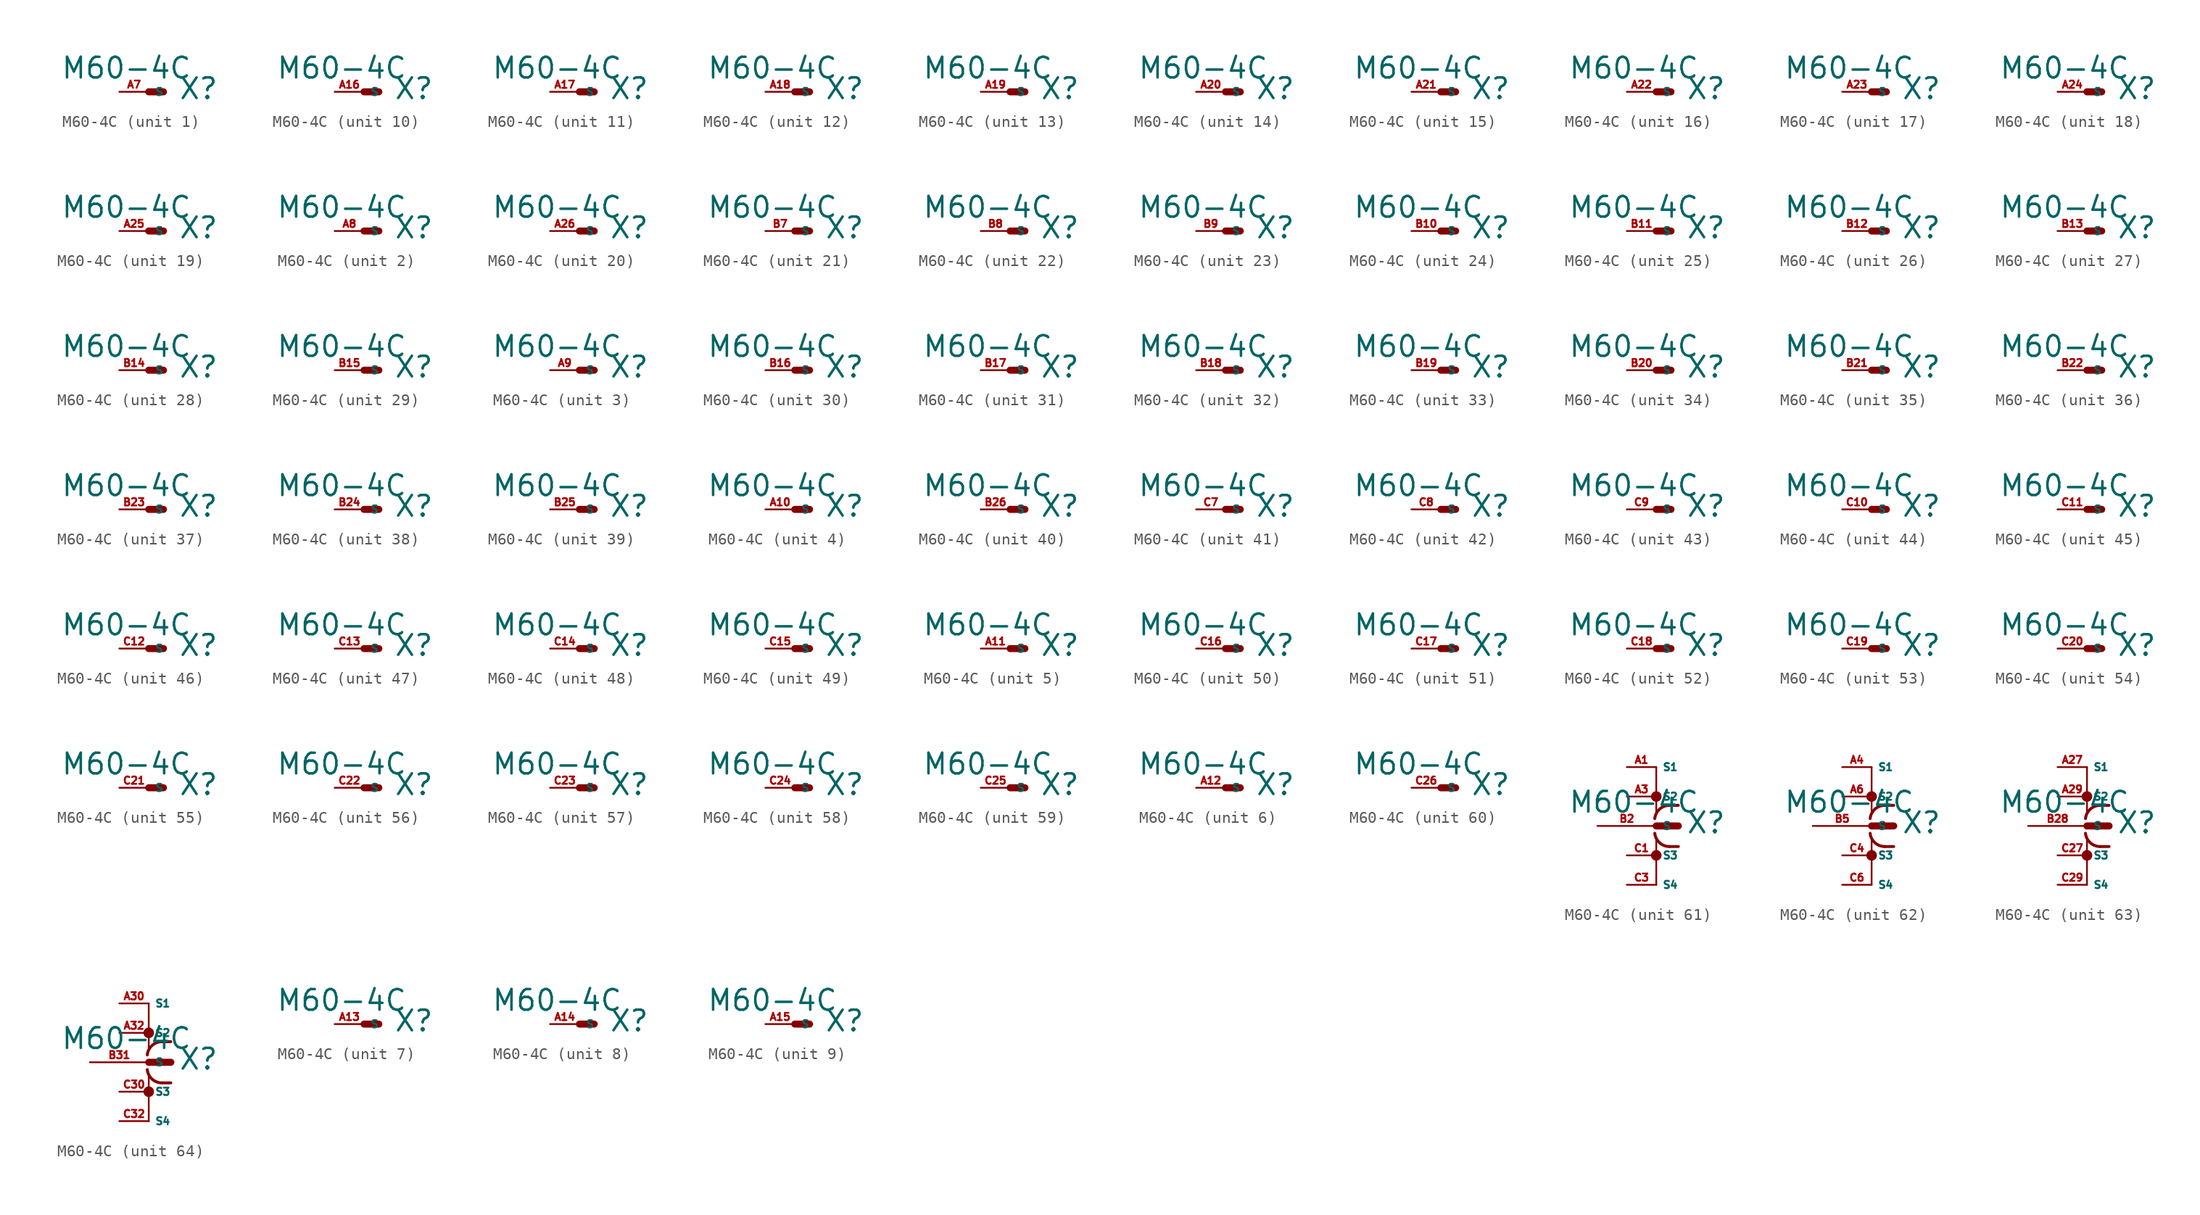
<source format=kicad_sym>
(kicad_symbol_lib
  (version 20220914)
  (generator Eagle2Kicad)
  (symbol "M60-4C"
    (property "Reference" "X"
      (at 2.54 -0.762 0)
      (effects (font (size 1.778 1.778) (thickness 0.22)) (justify left bottom)))
    (property "Value" "M60-4C"
      (at -7.62 1.016 0)
      (effects (font (size 1.778 1.778) (thickness 0.22)) (justify left bottom)))
    (symbol "M60-4C_1_0"
      (polyline (pts (xy 0 0) (xy 1.27 0)) (stroke (width 0.61) (type default)) (fill (type none)))
      (pin passive line (at -2.54 0 0) (length 2.54) (name "S" (effects (font (size 0.635 0.635) (thickness 0.08)) (justify left bottom))) (number "A7" (effects (font (size 0.635 0.635) (thickness 0.08)) (justify left bottom)))))
    (symbol "M60-4C_2_0"
      (polyline (pts (xy 0 0) (xy 1.27 0)) (stroke (width 0.61) (type default)) (fill (type none)))
      (pin passive line (at -2.54 0 0) (length 2.54) (name "S" (effects (font (size 0.635 0.635) (thickness 0.08)) (justify left bottom))) (number "A8" (effects (font (size 0.635 0.635) (thickness 0.08)) (justify left bottom)))))
    (symbol "M60-4C_3_0"
      (polyline (pts (xy 0 0) (xy 1.27 0)) (stroke (width 0.61) (type default)) (fill (type none)))
      (pin passive line (at -2.54 0 0) (length 2.54) (name "S" (effects (font (size 0.635 0.635) (thickness 0.08)) (justify left bottom))) (number "A9" (effects (font (size 0.635 0.635) (thickness 0.08)) (justify left bottom)))))
    (symbol "M60-4C_4_0"
      (polyline (pts (xy 0 0) (xy 1.27 0)) (stroke (width 0.61) (type default)) (fill (type none)))
      (pin passive line (at -2.54 0 0) (length 2.54) (name "S" (effects (font (size 0.635 0.635) (thickness 0.08)) (justify left bottom))) (number "A10" (effects (font (size 0.635 0.635) (thickness 0.08)) (justify left bottom)))))
    (symbol "M60-4C_5_0"
      (polyline (pts (xy 0 0) (xy 1.27 0)) (stroke (width 0.61) (type default)) (fill (type none)))
      (pin passive line (at -2.54 0 0) (length 2.54) (name "S" (effects (font (size 0.635 0.635) (thickness 0.08)) (justify left bottom))) (number "A11" (effects (font (size 0.635 0.635) (thickness 0.08)) (justify left bottom)))))
    (symbol "M60-4C_6_0"
      (polyline (pts (xy 0 0) (xy 1.27 0)) (stroke (width 0.61) (type default)) (fill (type none)))
      (pin passive line (at -2.54 0 0) (length 2.54) (name "S" (effects (font (size 0.635 0.635) (thickness 0.08)) (justify left bottom))) (number "A12" (effects (font (size 0.635 0.635) (thickness 0.08)) (justify left bottom)))))
    (symbol "M60-4C_7_0"
      (polyline (pts (xy 0 0) (xy 1.27 0)) (stroke (width 0.61) (type default)) (fill (type none)))
      (pin passive line (at -2.54 0 0) (length 2.54) (name "S" (effects (font (size 0.635 0.635) (thickness 0.08)) (justify left bottom))) (number "A13" (effects (font (size 0.635 0.635) (thickness 0.08)) (justify left bottom)))))
    (symbol "M60-4C_8_0"
      (polyline (pts (xy 0 0) (xy 1.27 0)) (stroke (width 0.61) (type default)) (fill (type none)))
      (pin passive line (at -2.54 0 0) (length 2.54) (name "S" (effects (font (size 0.635 0.635) (thickness 0.08)) (justify left bottom))) (number "A14" (effects (font (size 0.635 0.635) (thickness 0.08)) (justify left bottom)))))
    (symbol "M60-4C_9_0"
      (polyline (pts (xy 0 0) (xy 1.27 0)) (stroke (width 0.61) (type default)) (fill (type none)))
      (pin passive line (at -2.54 0 0) (length 2.54) (name "S" (effects (font (size 0.635 0.635) (thickness 0.08)) (justify left bottom))) (number "A15" (effects (font (size 0.635 0.635) (thickness 0.08)) (justify left bottom)))))
    (symbol "M60-4C_10_0"
      (polyline (pts (xy 0 0) (xy 1.27 0)) (stroke (width 0.61) (type default)) (fill (type none)))
      (pin passive line (at -2.54 0 0) (length 2.54) (name "S" (effects (font (size 0.635 0.635) (thickness 0.08)) (justify left bottom))) (number "A16" (effects (font (size 0.635 0.635) (thickness 0.08)) (justify left bottom)))))
    (symbol "M60-4C_11_0"
      (polyline (pts (xy 0 0) (xy 1.27 0)) (stroke (width 0.61) (type default)) (fill (type none)))
      (pin passive line (at -2.54 0 0) (length 2.54) (name "S" (effects (font (size 0.635 0.635) (thickness 0.08)) (justify left bottom))) (number "A17" (effects (font (size 0.635 0.635) (thickness 0.08)) (justify left bottom)))))
    (symbol "M60-4C_12_0"
      (polyline (pts (xy 0 0) (xy 1.27 0)) (stroke (width 0.61) (type default)) (fill (type none)))
      (pin passive line (at -2.54 0 0) (length 2.54) (name "S" (effects (font (size 0.635 0.635) (thickness 0.08)) (justify left bottom))) (number "A18" (effects (font (size 0.635 0.635) (thickness 0.08)) (justify left bottom)))))
    (symbol "M60-4C_13_0"
      (polyline (pts (xy 0 0) (xy 1.27 0)) (stroke (width 0.61) (type default)) (fill (type none)))
      (pin passive line (at -2.54 0 0) (length 2.54) (name "S" (effects (font (size 0.635 0.635) (thickness 0.08)) (justify left bottom))) (number "A19" (effects (font (size 0.635 0.635) (thickness 0.08)) (justify left bottom)))))
    (symbol "M60-4C_14_0"
      (polyline (pts (xy 0 0) (xy 1.27 0)) (stroke (width 0.61) (type default)) (fill (type none)))
      (pin passive line (at -2.54 0 0) (length 2.54) (name "S" (effects (font (size 0.635 0.635) (thickness 0.08)) (justify left bottom))) (number "A20" (effects (font (size 0.635 0.635) (thickness 0.08)) (justify left bottom)))))
    (symbol "M60-4C_15_0"
      (polyline (pts (xy 0 0) (xy 1.27 0)) (stroke (width 0.61) (type default)) (fill (type none)))
      (pin passive line (at -2.54 0 0) (length 2.54) (name "S" (effects (font (size 0.635 0.635) (thickness 0.08)) (justify left bottom))) (number "A21" (effects (font (size 0.635 0.635) (thickness 0.08)) (justify left bottom)))))
    (symbol "M60-4C_16_0"
      (polyline (pts (xy 0 0) (xy 1.27 0)) (stroke (width 0.61) (type default)) (fill (type none)))
      (pin passive line (at -2.54 0 0) (length 2.54) (name "S" (effects (font (size 0.635 0.635) (thickness 0.08)) (justify left bottom))) (number "A22" (effects (font (size 0.635 0.635) (thickness 0.08)) (justify left bottom)))))
    (symbol "M60-4C_17_0"
      (polyline (pts (xy 0 0) (xy 1.27 0)) (stroke (width 0.61) (type default)) (fill (type none)))
      (pin passive line (at -2.54 0 0) (length 2.54) (name "S" (effects (font (size 0.635 0.635) (thickness 0.08)) (justify left bottom))) (number "A23" (effects (font (size 0.635 0.635) (thickness 0.08)) (justify left bottom)))))
    (symbol "M60-4C_18_0"
      (polyline (pts (xy 0 0) (xy 1.27 0)) (stroke (width 0.61) (type default)) (fill (type none)))
      (pin passive line (at -2.54 0 0) (length 2.54) (name "S" (effects (font (size 0.635 0.635) (thickness 0.08)) (justify left bottom))) (number "A24" (effects (font (size 0.635 0.635) (thickness 0.08)) (justify left bottom)))))
    (symbol "M60-4C_19_0"
      (polyline (pts (xy 0 0) (xy 1.27 0)) (stroke (width 0.61) (type default)) (fill (type none)))
      (pin passive line (at -2.54 0 0) (length 2.54) (name "S" (effects (font (size 0.635 0.635) (thickness 0.08)) (justify left bottom))) (number "A25" (effects (font (size 0.635 0.635) (thickness 0.08)) (justify left bottom)))))
    (symbol "M60-4C_20_0"
      (polyline (pts (xy 0 0) (xy 1.27 0)) (stroke (width 0.61) (type default)) (fill (type none)))
      (pin passive line (at -2.54 0 0) (length 2.54) (name "S" (effects (font (size 0.635 0.635) (thickness 0.08)) (justify left bottom))) (number "A26" (effects (font (size 0.635 0.635) (thickness 0.08)) (justify left bottom)))))
    (symbol "M60-4C_21_0"
      (polyline (pts (xy 0 0) (xy 1.27 0)) (stroke (width 0.61) (type default)) (fill (type none)))
      (pin passive line (at -2.54 0 0) (length 2.54) (name "S" (effects (font (size 0.635 0.635) (thickness 0.08)) (justify left bottom))) (number "B7" (effects (font (size 0.635 0.635) (thickness 0.08)) (justify left bottom)))))
    (symbol "M60-4C_22_0"
      (polyline (pts (xy 0 0) (xy 1.27 0)) (stroke (width 0.61) (type default)) (fill (type none)))
      (pin passive line (at -2.54 0 0) (length 2.54) (name "S" (effects (font (size 0.635 0.635) (thickness 0.08)) (justify left bottom))) (number "B8" (effects (font (size 0.635 0.635) (thickness 0.08)) (justify left bottom)))))
    (symbol "M60-4C_23_0"
      (polyline (pts (xy 0 0) (xy 1.27 0)) (stroke (width 0.61) (type default)) (fill (type none)))
      (pin passive line (at -2.54 0 0) (length 2.54) (name "S" (effects (font (size 0.635 0.635) (thickness 0.08)) (justify left bottom))) (number "B9" (effects (font (size 0.635 0.635) (thickness 0.08)) (justify left bottom)))))
    (symbol "M60-4C_24_0"
      (polyline (pts (xy 0 0) (xy 1.27 0)) (stroke (width 0.61) (type default)) (fill (type none)))
      (pin passive line (at -2.54 0 0) (length 2.54) (name "S" (effects (font (size 0.635 0.635) (thickness 0.08)) (justify left bottom))) (number "B10" (effects (font (size 0.635 0.635) (thickness 0.08)) (justify left bottom)))))
    (symbol "M60-4C_25_0"
      (polyline (pts (xy 0 0) (xy 1.27 0)) (stroke (width 0.61) (type default)) (fill (type none)))
      (pin passive line (at -2.54 0 0) (length 2.54) (name "S" (effects (font (size 0.635 0.635) (thickness 0.08)) (justify left bottom))) (number "B11" (effects (font (size 0.635 0.635) (thickness 0.08)) (justify left bottom)))))
    (symbol "M60-4C_26_0"
      (polyline (pts (xy 0 0) (xy 1.27 0)) (stroke (width 0.61) (type default)) (fill (type none)))
      (pin passive line (at -2.54 0 0) (length 2.54) (name "S" (effects (font (size 0.635 0.635) (thickness 0.08)) (justify left bottom))) (number "B12" (effects (font (size 0.635 0.635) (thickness 0.08)) (justify left bottom)))))
    (symbol "M60-4C_27_0"
      (polyline (pts (xy 0 0) (xy 1.27 0)) (stroke (width 0.61) (type default)) (fill (type none)))
      (pin passive line (at -2.54 0 0) (length 2.54) (name "S" (effects (font (size 0.635 0.635) (thickness 0.08)) (justify left bottom))) (number "B13" (effects (font (size 0.635 0.635) (thickness 0.08)) (justify left bottom)))))
    (symbol "M60-4C_28_0"
      (polyline (pts (xy 0 0) (xy 1.27 0)) (stroke (width 0.61) (type default)) (fill (type none)))
      (pin passive line (at -2.54 0 0) (length 2.54) (name "S" (effects (font (size 0.635 0.635) (thickness 0.08)) (justify left bottom))) (number "B14" (effects (font (size 0.635 0.635) (thickness 0.08)) (justify left bottom)))))
    (symbol "M60-4C_29_0"
      (polyline (pts (xy 0 0) (xy 1.27 0)) (stroke (width 0.61) (type default)) (fill (type none)))
      (pin passive line (at -2.54 0 0) (length 2.54) (name "S" (effects (font (size 0.635 0.635) (thickness 0.08)) (justify left bottom))) (number "B15" (effects (font (size 0.635 0.635) (thickness 0.08)) (justify left bottom)))))
    (symbol "M60-4C_30_0"
      (polyline (pts (xy 0 0) (xy 1.27 0)) (stroke (width 0.61) (type default)) (fill (type none)))
      (pin passive line (at -2.54 0 0) (length 2.54) (name "S" (effects (font (size 0.635 0.635) (thickness 0.08)) (justify left bottom))) (number "B16" (effects (font (size 0.635 0.635) (thickness 0.08)) (justify left bottom)))))
    (symbol "M60-4C_31_0"
      (polyline (pts (xy 0 0) (xy 1.27 0)) (stroke (width 0.61) (type default)) (fill (type none)))
      (pin passive line (at -2.54 0 0) (length 2.54) (name "S" (effects (font (size 0.635 0.635) (thickness 0.08)) (justify left bottom))) (number "B17" (effects (font (size 0.635 0.635) (thickness 0.08)) (justify left bottom)))))
    (symbol "M60-4C_32_0"
      (polyline (pts (xy 0 0) (xy 1.27 0)) (stroke (width 0.61) (type default)) (fill (type none)))
      (pin passive line (at -2.54 0 0) (length 2.54) (name "S" (effects (font (size 0.635 0.635) (thickness 0.08)) (justify left bottom))) (number "B18" (effects (font (size 0.635 0.635) (thickness 0.08)) (justify left bottom)))))
    (symbol "M60-4C_33_0"
      (polyline (pts (xy 0 0) (xy 1.27 0)) (stroke (width 0.61) (type default)) (fill (type none)))
      (pin passive line (at -2.54 0 0) (length 2.54) (name "S" (effects (font (size 0.635 0.635) (thickness 0.08)) (justify left bottom))) (number "B19" (effects (font (size 0.635 0.635) (thickness 0.08)) (justify left bottom)))))
    (symbol "M60-4C_34_0"
      (polyline (pts (xy 0 0) (xy 1.27 0)) (stroke (width 0.61) (type default)) (fill (type none)))
      (pin passive line (at -2.54 0 0) (length 2.54) (name "S" (effects (font (size 0.635 0.635) (thickness 0.08)) (justify left bottom))) (number "B20" (effects (font (size 0.635 0.635) (thickness 0.08)) (justify left bottom)))))
    (symbol "M60-4C_35_0"
      (polyline (pts (xy 0 0) (xy 1.27 0)) (stroke (width 0.61) (type default)) (fill (type none)))
      (pin passive line (at -2.54 0 0) (length 2.54) (name "S" (effects (font (size 0.635 0.635) (thickness 0.08)) (justify left bottom))) (number "B21" (effects (font (size 0.635 0.635) (thickness 0.08)) (justify left bottom)))))
    (symbol "M60-4C_36_0"
      (polyline (pts (xy 0 0) (xy 1.27 0)) (stroke (width 0.61) (type default)) (fill (type none)))
      (pin passive line (at -2.54 0 0) (length 2.54) (name "S" (effects (font (size 0.635 0.635) (thickness 0.08)) (justify left bottom))) (number "B22" (effects (font (size 0.635 0.635) (thickness 0.08)) (justify left bottom)))))
    (symbol "M60-4C_37_0"
      (polyline (pts (xy 0 0) (xy 1.27 0)) (stroke (width 0.61) (type default)) (fill (type none)))
      (pin passive line (at -2.54 0 0) (length 2.54) (name "S" (effects (font (size 0.635 0.635) (thickness 0.08)) (justify left bottom))) (number "B23" (effects (font (size 0.635 0.635) (thickness 0.08)) (justify left bottom)))))
    (symbol "M60-4C_38_0"
      (polyline (pts (xy 0 0) (xy 1.27 0)) (stroke (width 0.61) (type default)) (fill (type none)))
      (pin passive line (at -2.54 0 0) (length 2.54) (name "S" (effects (font (size 0.635 0.635) (thickness 0.08)) (justify left bottom))) (number "B24" (effects (font (size 0.635 0.635) (thickness 0.08)) (justify left bottom)))))
    (symbol "M60-4C_39_0"
      (polyline (pts (xy 0 0) (xy 1.27 0)) (stroke (width 0.61) (type default)) (fill (type none)))
      (pin passive line (at -2.54 0 0) (length 2.54) (name "S" (effects (font (size 0.635 0.635) (thickness 0.08)) (justify left bottom))) (number "B25" (effects (font (size 0.635 0.635) (thickness 0.08)) (justify left bottom)))))
    (symbol "M60-4C_40_0"
      (polyline (pts (xy 0 0) (xy 1.27 0)) (stroke (width 0.61) (type default)) (fill (type none)))
      (pin passive line (at -2.54 0 0) (length 2.54) (name "S" (effects (font (size 0.635 0.635) (thickness 0.08)) (justify left bottom))) (number "B26" (effects (font (size 0.635 0.635) (thickness 0.08)) (justify left bottom)))))
    (symbol "M60-4C_41_0"
      (polyline (pts (xy 0 0) (xy 1.27 0)) (stroke (width 0.61) (type default)) (fill (type none)))
      (pin passive line (at -2.54 0 0) (length 2.54) (name "S" (effects (font (size 0.635 0.635) (thickness 0.08)) (justify left bottom))) (number "C7" (effects (font (size 0.635 0.635) (thickness 0.08)) (justify left bottom)))))
    (symbol "M60-4C_42_0"
      (polyline (pts (xy 0 0) (xy 1.27 0)) (stroke (width 0.61) (type default)) (fill (type none)))
      (pin passive line (at -2.54 0 0) (length 2.54) (name "S" (effects (font (size 0.635 0.635) (thickness 0.08)) (justify left bottom))) (number "C8" (effects (font (size 0.635 0.635) (thickness 0.08)) (justify left bottom)))))
    (symbol "M60-4C_43_0"
      (polyline (pts (xy 0 0) (xy 1.27 0)) (stroke (width 0.61) (type default)) (fill (type none)))
      (pin passive line (at -2.54 0 0) (length 2.54) (name "S" (effects (font (size 0.635 0.635) (thickness 0.08)) (justify left bottom))) (number "C9" (effects (font (size 0.635 0.635) (thickness 0.08)) (justify left bottom)))))
    (symbol "M60-4C_44_0"
      (polyline (pts (xy 0 0) (xy 1.27 0)) (stroke (width 0.61) (type default)) (fill (type none)))
      (pin passive line (at -2.54 0 0) (length 2.54) (name "S" (effects (font (size 0.635 0.635) (thickness 0.08)) (justify left bottom))) (number "C10" (effects (font (size 0.635 0.635) (thickness 0.08)) (justify left bottom)))))
    (symbol "M60-4C_45_0"
      (polyline (pts (xy 0 0) (xy 1.27 0)) (stroke (width 0.61) (type default)) (fill (type none)))
      (pin passive line (at -2.54 0 0) (length 2.54) (name "S" (effects (font (size 0.635 0.635) (thickness 0.08)) (justify left bottom))) (number "C11" (effects (font (size 0.635 0.635) (thickness 0.08)) (justify left bottom)))))
    (symbol "M60-4C_46_0"
      (polyline (pts (xy 0 0) (xy 1.27 0)) (stroke (width 0.61) (type default)) (fill (type none)))
      (pin passive line (at -2.54 0 0) (length 2.54) (name "S" (effects (font (size 0.635 0.635) (thickness 0.08)) (justify left bottom))) (number "C12" (effects (font (size 0.635 0.635) (thickness 0.08)) (justify left bottom)))))
    (symbol "M60-4C_47_0"
      (polyline (pts (xy 0 0) (xy 1.27 0)) (stroke (width 0.61) (type default)) (fill (type none)))
      (pin passive line (at -2.54 0 0) (length 2.54) (name "S" (effects (font (size 0.635 0.635) (thickness 0.08)) (justify left bottom))) (number "C13" (effects (font (size 0.635 0.635) (thickness 0.08)) (justify left bottom)))))
    (symbol "M60-4C_48_0"
      (polyline (pts (xy 0 0) (xy 1.27 0)) (stroke (width 0.61) (type default)) (fill (type none)))
      (pin passive line (at -2.54 0 0) (length 2.54) (name "S" (effects (font (size 0.635 0.635) (thickness 0.08)) (justify left bottom))) (number "C14" (effects (font (size 0.635 0.635) (thickness 0.08)) (justify left bottom)))))
    (symbol "M60-4C_49_0"
      (polyline (pts (xy 0 0) (xy 1.27 0)) (stroke (width 0.61) (type default)) (fill (type none)))
      (pin passive line (at -2.54 0 0) (length 2.54) (name "S" (effects (font (size 0.635 0.635) (thickness 0.08)) (justify left bottom))) (number "C15" (effects (font (size 0.635 0.635) (thickness 0.08)) (justify left bottom)))))
    (symbol "M60-4C_50_0"
      (polyline (pts (xy 0 0) (xy 1.27 0)) (stroke (width 0.61) (type default)) (fill (type none)))
      (pin passive line (at -2.54 0 0) (length 2.54) (name "S" (effects (font (size 0.635 0.635) (thickness 0.08)) (justify left bottom))) (number "C16" (effects (font (size 0.635 0.635) (thickness 0.08)) (justify left bottom)))))
    (symbol "M60-4C_51_0"
      (polyline (pts (xy 0 0) (xy 1.27 0)) (stroke (width 0.61) (type default)) (fill (type none)))
      (pin passive line (at -2.54 0 0) (length 2.54) (name "S" (effects (font (size 0.635 0.635) (thickness 0.08)) (justify left bottom))) (number "C17" (effects (font (size 0.635 0.635) (thickness 0.08)) (justify left bottom)))))
    (symbol "M60-4C_52_0"
      (polyline (pts (xy 0 0) (xy 1.27 0)) (stroke (width 0.61) (type default)) (fill (type none)))
      (pin passive line (at -2.54 0 0) (length 2.54) (name "S" (effects (font (size 0.635 0.635) (thickness 0.08)) (justify left bottom))) (number "C18" (effects (font (size 0.635 0.635) (thickness 0.08)) (justify left bottom)))))
    (symbol "M60-4C_53_0"
      (polyline (pts (xy 0 0) (xy 1.27 0)) (stroke (width 0.61) (type default)) (fill (type none)))
      (pin passive line (at -2.54 0 0) (length 2.54) (name "S" (effects (font (size 0.635 0.635) (thickness 0.08)) (justify left bottom))) (number "C19" (effects (font (size 0.635 0.635) (thickness 0.08)) (justify left bottom)))))
    (symbol "M60-4C_54_0"
      (polyline (pts (xy 0 0) (xy 1.27 0)) (stroke (width 0.61) (type default)) (fill (type none)))
      (pin passive line (at -2.54 0 0) (length 2.54) (name "S" (effects (font (size 0.635 0.635) (thickness 0.08)) (justify left bottom))) (number "C20" (effects (font (size 0.635 0.635) (thickness 0.08)) (justify left bottom)))))
    (symbol "M60-4C_55_0"
      (polyline (pts (xy 0 0) (xy 1.27 0)) (stroke (width 0.61) (type default)) (fill (type none)))
      (pin passive line (at -2.54 0 0) (length 2.54) (name "S" (effects (font (size 0.635 0.635) (thickness 0.08)) (justify left bottom))) (number "C21" (effects (font (size 0.635 0.635) (thickness 0.08)) (justify left bottom)))))
    (symbol "M60-4C_56_0"
      (polyline (pts (xy 0 0) (xy 1.27 0)) (stroke (width 0.61) (type default)) (fill (type none)))
      (pin passive line (at -2.54 0 0) (length 2.54) (name "S" (effects (font (size 0.635 0.635) (thickness 0.08)) (justify left bottom))) (number "C22" (effects (font (size 0.635 0.635) (thickness 0.08)) (justify left bottom)))))
    (symbol "M60-4C_57_0"
      (polyline (pts (xy 0 0) (xy 1.27 0)) (stroke (width 0.61) (type default)) (fill (type none)))
      (pin passive line (at -2.54 0 0) (length 2.54) (name "S" (effects (font (size 0.635 0.635) (thickness 0.08)) (justify left bottom))) (number "C23" (effects (font (size 0.635 0.635) (thickness 0.08)) (justify left bottom)))))
    (symbol "M60-4C_58_0"
      (polyline (pts (xy 0 0) (xy 1.27 0)) (stroke (width 0.61) (type default)) (fill (type none)))
      (pin passive line (at -2.54 0 0) (length 2.54) (name "S" (effects (font (size 0.635 0.635) (thickness 0.08)) (justify left bottom))) (number "C24" (effects (font (size 0.635 0.635) (thickness 0.08)) (justify left bottom)))))
    (symbol "M60-4C_59_0"
      (polyline (pts (xy 0 0) (xy 1.27 0)) (stroke (width 0.61) (type default)) (fill (type none)))
      (pin passive line (at -2.54 0 0) (length 2.54) (name "S" (effects (font (size 0.635 0.635) (thickness 0.08)) (justify left bottom))) (number "C25" (effects (font (size 0.635 0.635) (thickness 0.08)) (justify left bottom)))))
    (symbol "M60-4C_60_0"
      (polyline (pts (xy 0 0) (xy 1.27 0)) (stroke (width 0.61) (type default)) (fill (type none)))
      (pin passive line (at -2.54 0 0) (length 2.54) (name "S" (effects (font (size 0.635 0.635) (thickness 0.08)) (justify left bottom))) (number "C26" (effects (font (size 0.635 0.635) (thickness 0.08)) (justify left bottom)))))
    (symbol "M60-4C_61_0"
      (polyline (pts (xy 0 0) (xy 1.905 0)) (stroke (width 0.61) (type default)) (fill (type none)))
      (polyline (pts (xy 0 5.08) (xy 0 1.27)) (stroke (width 0.152) (type default)) (fill (type none)))
      (polyline (pts (xy 0 -5.08) (xy 0 -1.27)) (stroke (width 0.152) (type default)) (fill (type none)))
      (polyline (pts (xy 1.905 1.778) (xy 1.143 1.778)) (stroke (width 0.254) (type default)) (fill (type none)))
      (polyline (pts (xy 1.905 -1.778) (xy 1.143 -1.778)) (stroke (width 0.254) (type default)) (fill (type none)))
      (arc (start 1.143 1.778) (mid 0.287 1.452) (end -0.127 0.635) (stroke (width 0.254) (type default)) (fill (type none)))
      (arc (start -0.127 -0.635) (mid 0.287 -1.452) (end 1.143 -1.778) (stroke (width 0.254) (type default)) (fill (type none)))
      (circle (center 0 2.54) (radius 0.254) (stroke (width 0.406) (type default)) (fill (type none)))
      (circle (center 0 -2.54) (radius 0.254) (stroke (width 0.406) (type default)) (fill (type none)))
      (pin passive line (at -5.08 0 0) (length 5.08) (name "S" (effects (font (size 0.635 0.635) (thickness 0.08)) (justify left bottom))) (number "B2" (effects (font (size 0.635 0.635) (thickness 0.08)) (justify left bottom))))
      (pin passive line (at -2.54 5.08 0) (length 2.54) (name "S1" (effects (font (size 0.635 0.635) (thickness 0.08)) (justify left bottom))) (number "A1" (effects (font (size 0.635 0.635) (thickness 0.08)) (justify left bottom))))
      (pin passive line (at -2.54 2.54 0) (length 2.54) (name "S2" (effects (font (size 0.635 0.635) (thickness 0.08)) (justify left bottom))) (number "A3" (effects (font (size 0.635 0.635) (thickness 0.08)) (justify left bottom))))
      (pin passive line (at -2.54 -2.54 0) (length 2.54) (name "S3" (effects (font (size 0.635 0.635) (thickness 0.08)) (justify left bottom))) (number "C1" (effects (font (size 0.635 0.635) (thickness 0.08)) (justify left bottom))))
      (pin passive line (at -2.54 -5.08 0) (length 2.54) (name "S4" (effects (font (size 0.635 0.635) (thickness 0.08)) (justify left bottom))) (number "C3" (effects (font (size 0.635 0.635) (thickness 0.08)) (justify left bottom)))))
    (symbol "M60-4C_62_0"
      (polyline (pts (xy 0 0) (xy 1.905 0)) (stroke (width 0.61) (type default)) (fill (type none)))
      (polyline (pts (xy 0 5.08) (xy 0 1.27)) (stroke (width 0.152) (type default)) (fill (type none)))
      (polyline (pts (xy 0 -5.08) (xy 0 -1.27)) (stroke (width 0.152) (type default)) (fill (type none)))
      (polyline (pts (xy 1.905 1.778) (xy 1.143 1.778)) (stroke (width 0.254) (type default)) (fill (type none)))
      (polyline (pts (xy 1.905 -1.778) (xy 1.143 -1.778)) (stroke (width 0.254) (type default)) (fill (type none)))
      (arc (start 1.143 1.778) (mid 0.287 1.452) (end -0.127 0.635) (stroke (width 0.254) (type default)) (fill (type none)))
      (arc (start -0.127 -0.635) (mid 0.287 -1.452) (end 1.143 -1.778) (stroke (width 0.254) (type default)) (fill (type none)))
      (circle (center 0 2.54) (radius 0.254) (stroke (width 0.406) (type default)) (fill (type none)))
      (circle (center 0 -2.54) (radius 0.254) (stroke (width 0.406) (type default)) (fill (type none)))
      (pin passive line (at -5.08 0 0) (length 5.08) (name "S" (effects (font (size 0.635 0.635) (thickness 0.08)) (justify left bottom))) (number "B5" (effects (font (size 0.635 0.635) (thickness 0.08)) (justify left bottom))))
      (pin passive line (at -2.54 5.08 0) (length 2.54) (name "S1" (effects (font (size 0.635 0.635) (thickness 0.08)) (justify left bottom))) (number "A4" (effects (font (size 0.635 0.635) (thickness 0.08)) (justify left bottom))))
      (pin passive line (at -2.54 2.54 0) (length 2.54) (name "S2" (effects (font (size 0.635 0.635) (thickness 0.08)) (justify left bottom))) (number "A6" (effects (font (size 0.635 0.635) (thickness 0.08)) (justify left bottom))))
      (pin passive line (at -2.54 -2.54 0) (length 2.54) (name "S3" (effects (font (size 0.635 0.635) (thickness 0.08)) (justify left bottom))) (number "C4" (effects (font (size 0.635 0.635) (thickness 0.08)) (justify left bottom))))
      (pin passive line (at -2.54 -5.08 0) (length 2.54) (name "S4" (effects (font (size 0.635 0.635) (thickness 0.08)) (justify left bottom))) (number "C6" (effects (font (size 0.635 0.635) (thickness 0.08)) (justify left bottom)))))
    (symbol "M60-4C_63_0"
      (polyline (pts (xy 0 0) (xy 1.905 0)) (stroke (width 0.61) (type default)) (fill (type none)))
      (polyline (pts (xy 0 5.08) (xy 0 1.27)) (stroke (width 0.152) (type default)) (fill (type none)))
      (polyline (pts (xy 0 -5.08) (xy 0 -1.27)) (stroke (width 0.152) (type default)) (fill (type none)))
      (polyline (pts (xy 1.905 1.778) (xy 1.143 1.778)) (stroke (width 0.254) (type default)) (fill (type none)))
      (polyline (pts (xy 1.905 -1.778) (xy 1.143 -1.778)) (stroke (width 0.254) (type default)) (fill (type none)))
      (arc (start 1.143 1.778) (mid 0.287 1.452) (end -0.127 0.635) (stroke (width 0.254) (type default)) (fill (type none)))
      (arc (start -0.127 -0.635) (mid 0.287 -1.452) (end 1.143 -1.778) (stroke (width 0.254) (type default)) (fill (type none)))
      (circle (center 0 2.54) (radius 0.254) (stroke (width 0.406) (type default)) (fill (type none)))
      (circle (center 0 -2.54) (radius 0.254) (stroke (width 0.406) (type default)) (fill (type none)))
      (pin passive line (at -5.08 0 0) (length 5.08) (name "S" (effects (font (size 0.635 0.635) (thickness 0.08)) (justify left bottom))) (number "B28" (effects (font (size 0.635 0.635) (thickness 0.08)) (justify left bottom))))
      (pin passive line (at -2.54 5.08 0) (length 2.54) (name "S1" (effects (font (size 0.635 0.635) (thickness 0.08)) (justify left bottom))) (number "A27" (effects (font (size 0.635 0.635) (thickness 0.08)) (justify left bottom))))
      (pin passive line (at -2.54 2.54 0) (length 2.54) (name "S2" (effects (font (size 0.635 0.635) (thickness 0.08)) (justify left bottom))) (number "A29" (effects (font (size 0.635 0.635) (thickness 0.08)) (justify left bottom))))
      (pin passive line (at -2.54 -2.54 0) (length 2.54) (name "S3" (effects (font (size 0.635 0.635) (thickness 0.08)) (justify left bottom))) (number "C27" (effects (font (size 0.635 0.635) (thickness 0.08)) (justify left bottom))))
      (pin passive line (at -2.54 -5.08 0) (length 2.54) (name "S4" (effects (font (size 0.635 0.635) (thickness 0.08)) (justify left bottom))) (number "C29" (effects (font (size 0.635 0.635) (thickness 0.08)) (justify left bottom)))))
    (symbol "M60-4C_64_0"
      (polyline (pts (xy 0 0) (xy 1.905 0)) (stroke (width 0.61) (type default)) (fill (type none)))
      (polyline (pts (xy 0 5.08) (xy 0 1.27)) (stroke (width 0.152) (type default)) (fill (type none)))
      (polyline (pts (xy 0 -5.08) (xy 0 -1.27)) (stroke (width 0.152) (type default)) (fill (type none)))
      (polyline (pts (xy 1.905 1.778) (xy 1.143 1.778)) (stroke (width 0.254) (type default)) (fill (type none)))
      (polyline (pts (xy 1.905 -1.778) (xy 1.143 -1.778)) (stroke (width 0.254) (type default)) (fill (type none)))
      (arc (start 1.143 1.778) (mid 0.287 1.452) (end -0.127 0.635) (stroke (width 0.254) (type default)) (fill (type none)))
      (arc (start -0.127 -0.635) (mid 0.287 -1.452) (end 1.143 -1.778) (stroke (width 0.254) (type default)) (fill (type none)))
      (circle (center 0 2.54) (radius 0.254) (stroke (width 0.406) (type default)) (fill (type none)))
      (circle (center 0 -2.54) (radius 0.254) (stroke (width 0.406) (type default)) (fill (type none)))
      (pin passive line (at -5.08 0 0) (length 5.08) (name "S" (effects (font (size 0.635 0.635) (thickness 0.08)) (justify left bottom))) (number "B31" (effects (font (size 0.635 0.635) (thickness 0.08)) (justify left bottom))))
      (pin passive line (at -2.54 5.08 0) (length 2.54) (name "S1" (effects (font (size 0.635 0.635) (thickness 0.08)) (justify left bottom))) (number "A30" (effects (font (size 0.635 0.635) (thickness 0.08)) (justify left bottom))))
      (pin passive line (at -2.54 2.54 0) (length 2.54) (name "S2" (effects (font (size 0.635 0.635) (thickness 0.08)) (justify left bottom))) (number "A32" (effects (font (size 0.635 0.635) (thickness 0.08)) (justify left bottom))))
      (pin passive line (at -2.54 -2.54 0) (length 2.54) (name "S3" (effects (font (size 0.635 0.635) (thickness 0.08)) (justify left bottom))) (number "C30" (effects (font (size 0.635 0.635) (thickness 0.08)) (justify left bottom))))
      (pin passive line (at -2.54 -5.08 0) (length 2.54) (name "S4" (effects (font (size 0.635 0.635) (thickness 0.08)) (justify left bottom))) (number "C32" (effects (font (size 0.635 0.635) (thickness 0.08)) (justify left bottom)))))))
</source>
